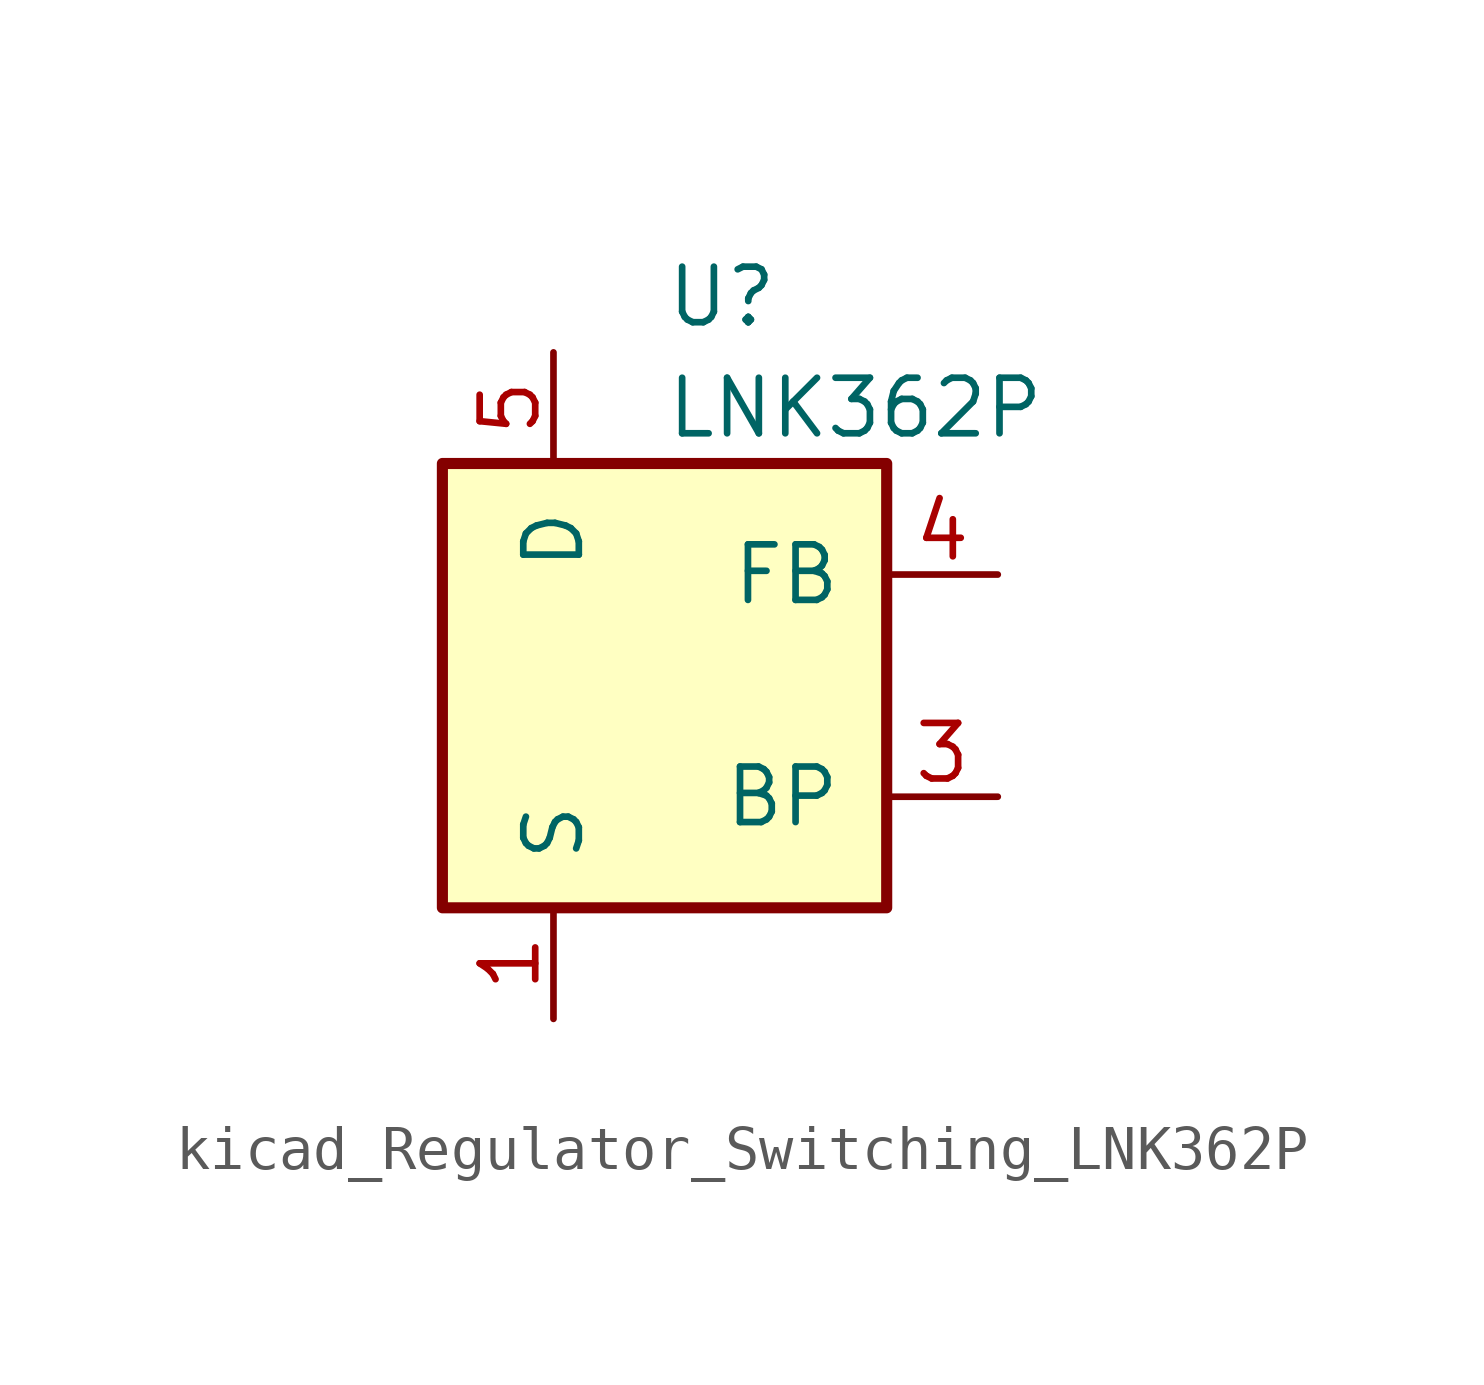
<source format=kicad_sym>
(kicad_symbol_lib
  (version 20220914)
  (generator kicad_symbol_editor)
  (symbol "kicad_Regulator_Switching_LNK362P"
    (pin_names
      (offset 1.016))
    (property "Reference" "U"
      (at 0 8.89 0)
      (effects (font (size 1.27 1.27)) (justify left)))
    (property "Value" "LNK362P"
      (at 0 6.35 0)
      (effects (font (size 1.27 1.27)) (justify left)))
    (symbol "kicad_Regulator_Switching_LNK362P_0_1"
      (rectangle (start -5.08 5.08) (end 5.08 -5.08) (stroke (width 0.254) (type default)) (fill (type background))))
    (symbol "kicad_Regulator_Switching_LNK362P_1_1"
      (pin power_in line (at -2.54 -7.62 90) (length 2.54) (name "S" (effects (font (size 1.27 1.27)))) (number "1" (effects (font (size 1.27 1.27)))))
      (pin passive line (at -2.54 -7.62 90) (length 2.54) hide (name "S" (effects (font (size 1.27 1.27)))) (number "2" (effects (font (size 1.27 1.27)))))
      (pin input line (at 7.62 -2.54 180) (length 2.54) (name "BP" (effects (font (size 1.27 1.27)))) (number "3" (effects (font (size 1.27 1.27)))))
      (pin input line (at 7.62 2.54 180) (length 2.54) (name "FB" (effects (font (size 1.27 1.27)))) (number "4" (effects (font (size 1.27 1.27)))))
      (pin open_collector line (at -2.54 7.62 270) (length 2.54) (name "D" (effects (font (size 1.27 1.27)))) (number "5" (effects (font (size 1.27 1.27)))))
      (pin passive line (at -2.54 -7.62 90) (length 2.54) hide (name "S" (effects (font (size 1.27 1.27)))) (number "7" (effects (font (size 1.27 1.27)))))
      (pin passive line (at -2.54 -7.62 90) (length 2.54) hide (name "S" (effects (font (size 1.27 1.27)))) (number "8" (effects (font (size 1.27 1.27))))))))
</source>
